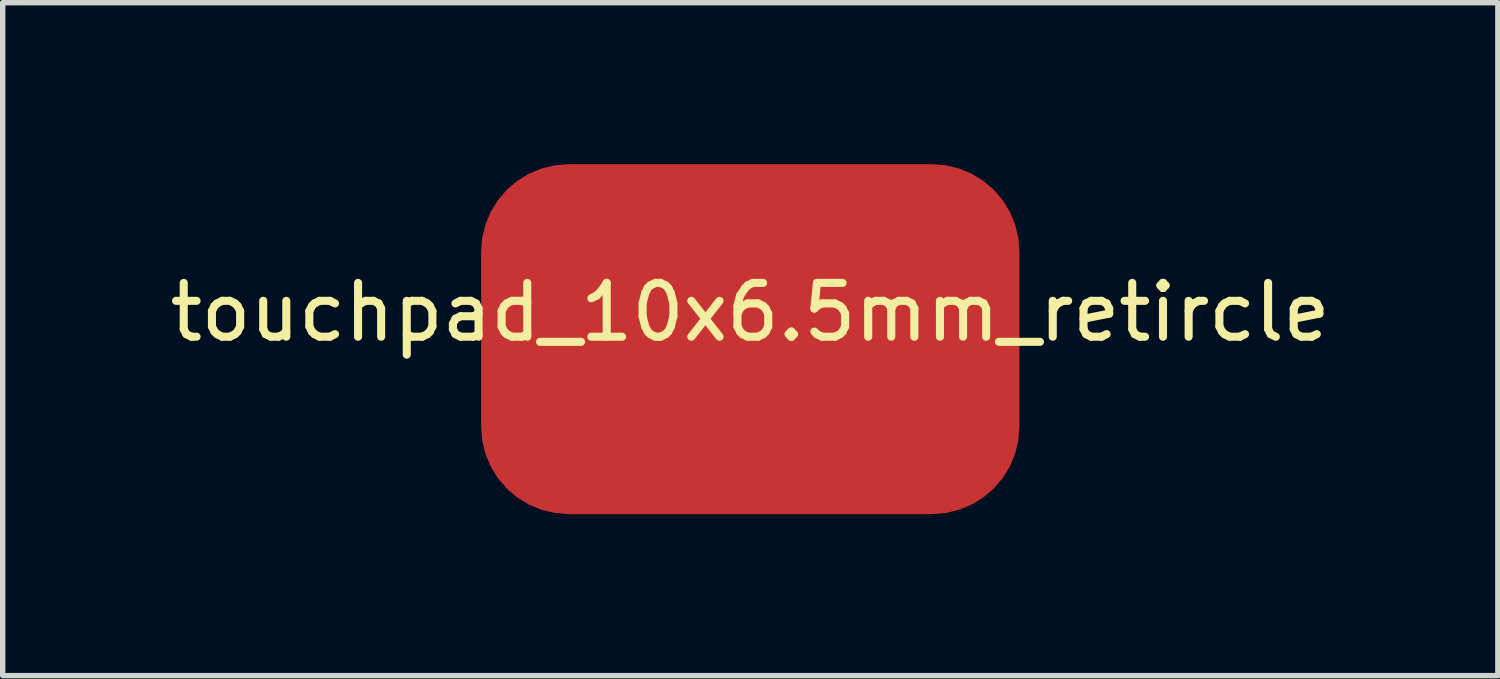
<source format=kicad_pcb>
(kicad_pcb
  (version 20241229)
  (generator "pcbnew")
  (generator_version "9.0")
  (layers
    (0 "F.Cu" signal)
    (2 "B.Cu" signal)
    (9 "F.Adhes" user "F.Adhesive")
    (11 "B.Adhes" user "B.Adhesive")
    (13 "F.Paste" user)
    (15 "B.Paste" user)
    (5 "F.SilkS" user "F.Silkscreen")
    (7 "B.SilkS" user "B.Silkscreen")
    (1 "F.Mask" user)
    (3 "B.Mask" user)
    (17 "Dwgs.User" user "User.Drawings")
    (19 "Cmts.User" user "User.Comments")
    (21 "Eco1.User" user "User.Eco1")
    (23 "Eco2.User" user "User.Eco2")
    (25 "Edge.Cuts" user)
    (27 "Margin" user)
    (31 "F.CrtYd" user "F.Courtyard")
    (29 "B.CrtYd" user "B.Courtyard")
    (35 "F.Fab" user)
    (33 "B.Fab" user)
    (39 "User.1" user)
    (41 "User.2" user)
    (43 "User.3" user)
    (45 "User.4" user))
  (footprint "touchpad_10x6.5mm_retircle"
    (layer "F.Cu")
    (at 10.887 3.25)
    (property "Reference" "touchpad_10x6.5mm_retircle" (at 0 -0.5 0) (unlocked yes) (layer "F.SilkS") (effects (font (size 1 1) (thickness 0.15))))
    (attr smd)
    (pad "1" smd roundrect (at 0 0) (size 10 6.5) (layers "F.Cu") (roundrect_rratio 0.25)))
  (gr_rect
    (start -3 -3)
    (end 24.774 9.5)
    (stroke (width 0.1) (type default))
    (fill no)
    (layer "Edge.Cuts")))
</source>
